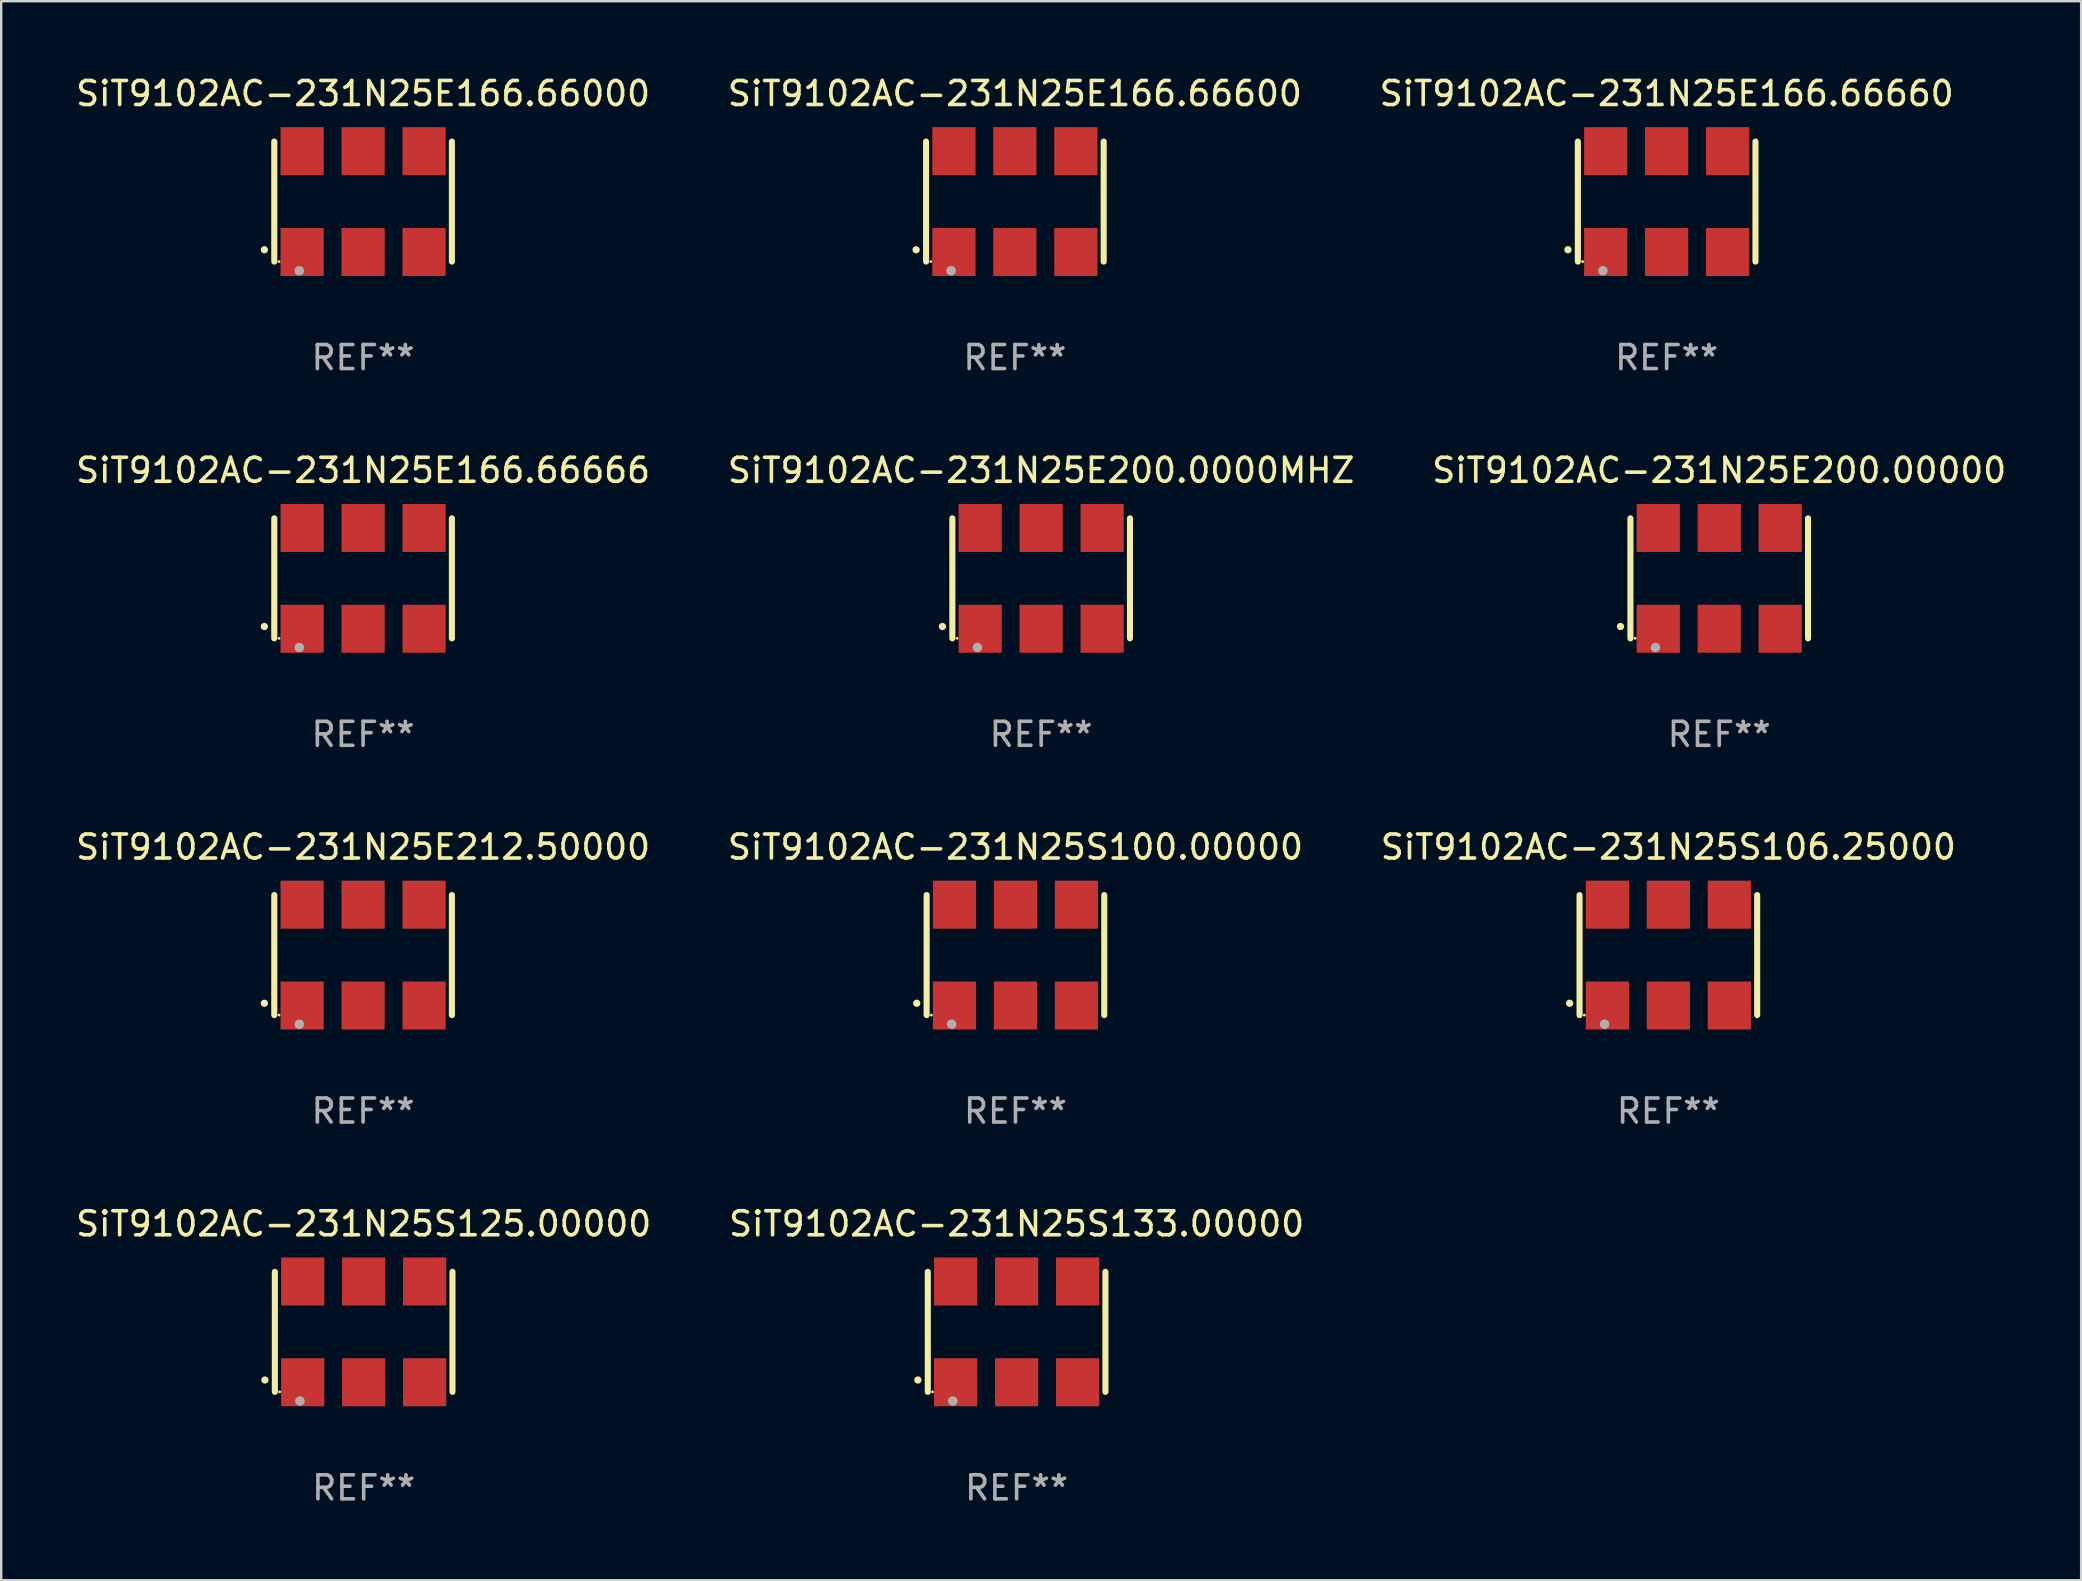
<source format=kicad_pcb>
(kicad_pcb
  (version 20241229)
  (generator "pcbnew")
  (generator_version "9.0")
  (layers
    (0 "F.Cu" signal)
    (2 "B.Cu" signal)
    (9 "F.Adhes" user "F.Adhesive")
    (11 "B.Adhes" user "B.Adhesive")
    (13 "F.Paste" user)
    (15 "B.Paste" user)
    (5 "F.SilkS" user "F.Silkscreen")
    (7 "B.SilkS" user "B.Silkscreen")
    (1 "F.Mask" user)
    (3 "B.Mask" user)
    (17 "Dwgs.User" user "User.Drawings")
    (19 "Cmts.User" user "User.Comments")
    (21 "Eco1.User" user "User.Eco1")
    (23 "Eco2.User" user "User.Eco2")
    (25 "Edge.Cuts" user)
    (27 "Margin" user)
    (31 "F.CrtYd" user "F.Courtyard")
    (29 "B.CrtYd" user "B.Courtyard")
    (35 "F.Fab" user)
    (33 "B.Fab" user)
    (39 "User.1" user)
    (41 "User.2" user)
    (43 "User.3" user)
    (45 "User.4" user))
  (footprint "SiT9102AC-231N25E212.50000"
    (layer "F.Cu")
    (at 12.077 36.741)
    (property "Reference" "SiT9102AC-231N25E212.50000" (at 0 -4.5 0) (layer "F.SilkS") (effects (font (size 1 1) (thickness 0.15))))
    (attr through_hole)
    (fp_line (start -3.7 -2.5) (end -3.7 2.5) (stroke (width 0.254) (type solid)) (layer "F.SilkS"))
    (fp_line (start 3.7 -2.5) (end 3.7 2.5) (stroke (width 0.254) (type solid)) (layer "F.SilkS"))
    (fp_arc (start -4.114415 2.006604) (mid -4.113145 2.006599) (end -4.111875 2.006604) (stroke (width 0.3) (type solid)) (layer "F.SilkS"))
    (fp_circle (center -3.502 2.5) (end -3.472 2.5) (stroke (width 0.06) (type solid)) (fill no) (layer "F.SilkS"))
    (fp_circle (center -2.657 2.882) (end -2.557 2.882) (stroke (width 0.2) (type solid)) (fill no) (layer "F.Fab"))
    (fp_text user "REF**" (at 0 6.5 0) (layer "F.Fab") (effects (font (size 1 1) (thickness 0.15))))
    (pad "1" smd rect (at -2.54 2.1) (size 1.8 2) (layers "F.Cu" "F.Mask" "F.Paste"))
    (pad "2" smd rect (at 0.000394 2.1) (size 1.8 2) (layers "F.Cu" "F.Mask" "F.Paste"))
    (pad "3" smd rect (at 2.54 2.1) (size 1.8 2) (layers "F.Cu" "F.Mask" "F.Paste"))
    (pad "4" smd rect (at 2.54 -2.1) (size 1.8 2) (layers "F.Cu" "F.Mask" "F.Paste"))
    (pad "5" smd rect (at 0.000394 -2.1) (size 1.8 2) (layers "F.Cu" "F.Mask" "F.Paste"))
    (pad "6" smd rect (at -2.54 -2.1) (size 1.8 2) (layers "F.Cu" "F.Mask" "F.Paste")))
  (footprint "SiT9102AC-231N25S125.00000"
    (layer "F.Cu")
    (at 12.101 52.438)
    (property "Reference" "SiT9102AC-231N25S125.00000" (at 0 -4.5 0) (layer "F.SilkS") (effects (font (size 1 1) (thickness 0.15))))
    (attr through_hole)
    (fp_line (start -3.7 -2.5) (end -3.7 2.5) (stroke (width 0.254) (type solid)) (layer "F.SilkS"))
    (fp_line (start 3.7 -2.5) (end 3.7 2.5) (stroke (width 0.254) (type solid)) (layer "F.SilkS"))
    (fp_arc (start -4.114415 2.006604) (mid -4.113145 2.006599) (end -4.111875 2.006604) (stroke (width 0.3) (type solid)) (layer "F.SilkS"))
    (fp_circle (center -3.502 2.5) (end -3.472 2.5) (stroke (width 0.06) (type solid)) (fill no) (layer "F.SilkS"))
    (fp_circle (center -2.657 2.882) (end -2.557 2.882) (stroke (width 0.2) (type solid)) (fill no) (layer "F.Fab"))
    (fp_text user "REF**" (at 0 6.5 0) (layer "F.Fab") (effects (font (size 1 1) (thickness 0.15))))
    (pad "1" smd rect (at -2.54 2.1) (size 1.8 2) (layers "F.Cu" "F.Mask" "F.Paste"))
    (pad "2" smd rect (at 0.000394 2.1) (size 1.8 2) (layers "F.Cu" "F.Mask" "F.Paste"))
    (pad "3" smd rect (at 2.54 2.1) (size 1.8 2) (layers "F.Cu" "F.Mask" "F.Paste"))
    (pad "4" smd rect (at 2.54 -2.1) (size 1.8 2) (layers "F.Cu" "F.Mask" "F.Paste"))
    (pad "5" smd rect (at 0.000394 -2.1) (size 1.8 2) (layers "F.Cu" "F.Mask" "F.Paste"))
    (pad "6" smd rect (at -2.54 -2.1) (size 1.8 2) (layers "F.Cu" "F.Mask" "F.Paste")))
  (footprint "SiT9102AC-231N25E166.66600"
    (layer "F.Cu")
    (at 39.232 5.348)
    (property "Reference" "SiT9102AC-231N25E166.66600" (at 0 -4.5 0) (layer "F.SilkS") (effects (font (size 1 1) (thickness 0.15))))
    (attr through_hole)
    (fp_line (start -3.7 -2.5) (end -3.7 2.5) (stroke (width 0.254) (type solid)) (layer "F.SilkS"))
    (fp_line (start 3.7 -2.5) (end 3.7 2.5) (stroke (width 0.254) (type solid)) (layer "F.SilkS"))
    (fp_arc (start -4.114415 2.006604) (mid -4.113145 2.006599) (end -4.111875 2.006604) (stroke (width 0.3) (type solid)) (layer "F.SilkS"))
    (fp_circle (center -3.502 2.5) (end -3.472 2.5) (stroke (width 0.06) (type solid)) (fill no) (layer "F.SilkS"))
    (fp_circle (center -2.657 2.882) (end -2.557 2.882) (stroke (width 0.2) (type solid)) (fill no) (layer "F.Fab"))
    (fp_text user "REF**" (at 0 6.5 0) (layer "F.Fab") (effects (font (size 1 1) (thickness 0.15))))
    (pad "1" smd rect (at -2.54 2.1) (size 1.8 2) (layers "F.Cu" "F.Mask" "F.Paste"))
    (pad "2" smd rect (at 0.000394 2.1) (size 1.8 2) (layers "F.Cu" "F.Mask" "F.Paste"))
    (pad "3" smd rect (at 2.54 2.1) (size 1.8 2) (layers "F.Cu" "F.Mask" "F.Paste"))
    (pad "4" smd rect (at 2.54 -2.1) (size 1.8 2) (layers "F.Cu" "F.Mask" "F.Paste"))
    (pad "5" smd rect (at 0.000394 -2.1) (size 1.8 2) (layers "F.Cu" "F.Mask" "F.Paste"))
    (pad "6" smd rect (at -2.54 -2.1) (size 1.8 2) (layers "F.Cu" "F.Mask" "F.Paste")))
  (footprint "SiT9102AC-231N25E200.0000MHZ"
    (layer "F.Cu")
    (at 40.327 21.045)
    (property "Reference" "SiT9102AC-231N25E200.0000MHZ" (at 0 -4.5 0) (layer "F.SilkS") (effects (font (size 1 1) (thickness 0.15))))
    (attr through_hole)
    (fp_line (start -3.7 -2.5) (end -3.7 2.5) (stroke (width 0.254) (type solid)) (layer "F.SilkS"))
    (fp_line (start 3.7 -2.5) (end 3.7 2.5) (stroke (width 0.254) (type solid)) (layer "F.SilkS"))
    (fp_arc (start -4.114415 2.006604) (mid -4.113145 2.006599) (end -4.111875 2.006604) (stroke (width 0.3) (type solid)) (layer "F.SilkS"))
    (fp_circle (center -3.502 2.5) (end -3.472 2.5) (stroke (width 0.06) (type solid)) (fill no) (layer "F.SilkS"))
    (fp_circle (center -2.657 2.882) (end -2.557 2.882) (stroke (width 0.2) (type solid)) (fill no) (layer "F.Fab"))
    (fp_text user "REF**" (at 0 6.5 0) (layer "F.Fab") (effects (font (size 1 1) (thickness 0.15))))
    (pad "1" smd rect (at -2.54 2.1) (size 1.8 2) (layers "F.Cu" "F.Mask" "F.Paste"))
    (pad "2" smd rect (at 0.000394 2.1) (size 1.8 2) (layers "F.Cu" "F.Mask" "F.Paste"))
    (pad "3" smd rect (at 2.54 2.1) (size 1.8 2) (layers "F.Cu" "F.Mask" "F.Paste"))
    (pad "4" smd rect (at 2.54 -2.1) (size 1.8 2) (layers "F.Cu" "F.Mask" "F.Paste"))
    (pad "5" smd rect (at 0.000394 -2.1) (size 1.8 2) (layers "F.Cu" "F.Mask" "F.Paste"))
    (pad "6" smd rect (at -2.54 -2.1) (size 1.8 2) (layers "F.Cu" "F.Mask" "F.Paste")))
  (footprint "SiT9102AC-231N25S133.00000"
    (layer "F.Cu")
    (at 39.304 52.438)
    (property "Reference" "SiT9102AC-231N25S133.00000" (at 0 -4.5 0) (layer "F.SilkS") (effects (font (size 1 1) (thickness 0.15))))
    (attr through_hole)
    (fp_line (start -3.7 -2.5) (end -3.7 2.5) (stroke (width 0.254) (type solid)) (layer "F.SilkS"))
    (fp_line (start 3.7 -2.5) (end 3.7 2.5) (stroke (width 0.254) (type solid)) (layer "F.SilkS"))
    (fp_arc (start -4.114415 2.006604) (mid -4.113145 2.006599) (end -4.111875 2.006604) (stroke (width 0.3) (type solid)) (layer "F.SilkS"))
    (fp_circle (center -3.502 2.5) (end -3.472 2.5) (stroke (width 0.06) (type solid)) (fill no) (layer "F.SilkS"))
    (fp_circle (center -2.657 2.882) (end -2.557 2.882) (stroke (width 0.2) (type solid)) (fill no) (layer "F.Fab"))
    (fp_text user "REF**" (at 0 6.5 0) (layer "F.Fab") (effects (font (size 1 1) (thickness 0.15))))
    (pad "1" smd rect (at -2.54 2.1) (size 1.8 2) (layers "F.Cu" "F.Mask" "F.Paste"))
    (pad "2" smd rect (at 0.000394 2.1) (size 1.8 2) (layers "F.Cu" "F.Mask" "F.Paste"))
    (pad "3" smd rect (at 2.54 2.1) (size 1.8 2) (layers "F.Cu" "F.Mask" "F.Paste"))
    (pad "4" smd rect (at 2.54 -2.1) (size 1.8 2) (layers "F.Cu" "F.Mask" "F.Paste"))
    (pad "5" smd rect (at 0.000394 -2.1) (size 1.8 2) (layers "F.Cu" "F.Mask" "F.Paste"))
    (pad "6" smd rect (at -2.54 -2.1) (size 1.8 2) (layers "F.Cu" "F.Mask" "F.Paste")))
  (footprint "SiT9102AC-231N25E166.66666"
    (layer "F.Cu")
    (at 12.077 21.045)
    (property "Reference" "SiT9102AC-231N25E166.66666" (at 0 -4.5 0) (layer "F.SilkS") (effects (font (size 1 1) (thickness 0.15))))
    (attr through_hole)
    (fp_line (start -3.7 -2.5) (end -3.7 2.5) (stroke (width 0.254) (type solid)) (layer "F.SilkS"))
    (fp_line (start 3.7 -2.5) (end 3.7 2.5) (stroke (width 0.254) (type solid)) (layer "F.SilkS"))
    (fp_arc (start -4.114415 2.006604) (mid -4.113145 2.006599) (end -4.111875 2.006604) (stroke (width 0.3) (type solid)) (layer "F.SilkS"))
    (fp_circle (center -3.502 2.5) (end -3.472 2.5) (stroke (width 0.06) (type solid)) (fill no) (layer "F.SilkS"))
    (fp_circle (center -2.657 2.882) (end -2.557 2.882) (stroke (width 0.2) (type solid)) (fill no) (layer "F.Fab"))
    (fp_text user "REF**" (at 0 6.5 0) (layer "F.Fab") (effects (font (size 1 1) (thickness 0.15))))
    (pad "1" smd rect (at -2.54 2.1) (size 1.8 2) (layers "F.Cu" "F.Mask" "F.Paste"))
    (pad "2" smd rect (at 0.000394 2.1) (size 1.8 2) (layers "F.Cu" "F.Mask" "F.Paste"))
    (pad "3" smd rect (at 2.54 2.1) (size 1.8 2) (layers "F.Cu" "F.Mask" "F.Paste"))
    (pad "4" smd rect (at 2.54 -2.1) (size 1.8 2) (layers "F.Cu" "F.Mask" "F.Paste"))
    (pad "5" smd rect (at 0.000394 -2.1) (size 1.8 2) (layers "F.Cu" "F.Mask" "F.Paste"))
    (pad "6" smd rect (at -2.54 -2.1) (size 1.8 2) (layers "F.Cu" "F.Mask" "F.Paste")))
  (footprint "SiT9102AC-231N25S100.00000"
    (layer "F.Cu")
    (at 39.256 36.741)
    (property "Reference" "SiT9102AC-231N25S100.00000" (at 0 -4.5 0) (layer "F.SilkS") (effects (font (size 1 1) (thickness 0.15))))
    (attr through_hole)
    (fp_line (start -3.7 -2.5) (end -3.7 2.5) (stroke (width 0.254) (type solid)) (layer "F.SilkS"))
    (fp_line (start 3.7 -2.5) (end 3.7 2.5) (stroke (width 0.254) (type solid)) (layer "F.SilkS"))
    (fp_arc (start -4.114415 2.006604) (mid -4.113145 2.006599) (end -4.111875 2.006604) (stroke (width 0.3) (type solid)) (layer "F.SilkS"))
    (fp_circle (center -3.502 2.5) (end -3.472 2.5) (stroke (width 0.06) (type solid)) (fill no) (layer "F.SilkS"))
    (fp_circle (center -2.657 2.882) (end -2.557 2.882) (stroke (width 0.2) (type solid)) (fill no) (layer "F.Fab"))
    (fp_text user "REF**" (at 0 6.5 0) (layer "F.Fab") (effects (font (size 1 1) (thickness 0.15))))
    (pad "1" smd rect (at -2.54 2.1) (size 1.8 2) (layers "F.Cu" "F.Mask" "F.Paste"))
    (pad "2" smd rect (at 0.000394 2.1) (size 1.8 2) (layers "F.Cu" "F.Mask" "F.Paste"))
    (pad "3" smd rect (at 2.54 2.1) (size 1.8 2) (layers "F.Cu" "F.Mask" "F.Paste"))
    (pad "4" smd rect (at 2.54 -2.1) (size 1.8 2) (layers "F.Cu" "F.Mask" "F.Paste"))
    (pad "5" smd rect (at 0.000394 -2.1) (size 1.8 2) (layers "F.Cu" "F.Mask" "F.Paste"))
    (pad "6" smd rect (at -2.54 -2.1) (size 1.8 2) (layers "F.Cu" "F.Mask" "F.Paste")))
  (footprint "SiT9102AC-231N25E200.00000"
    (layer "F.Cu")
    (at 68.577 21.045)
    (property "Reference" "SiT9102AC-231N25E200.00000" (at 0 -4.5 0) (layer "F.SilkS") (effects (font (size 1 1) (thickness 0.15))))
    (attr through_hole)
    (fp_line (start -3.7 -2.5) (end -3.7 2.5) (stroke (width 0.254) (type solid)) (layer "F.SilkS"))
    (fp_line (start 3.7 -2.5) (end 3.7 2.5) (stroke (width 0.254) (type solid)) (layer "F.SilkS"))
    (fp_arc (start -4.114415 2.006604) (mid -4.113145 2.006599) (end -4.111875 2.006604) (stroke (width 0.3) (type solid)) (layer "F.SilkS"))
    (fp_circle (center -3.502 2.5) (end -3.472 2.5) (stroke (width 0.06) (type solid)) (fill no) (layer "F.SilkS"))
    (fp_circle (center -2.657 2.882) (end -2.557 2.882) (stroke (width 0.2) (type solid)) (fill no) (layer "F.Fab"))
    (fp_text user "REF**" (at 0 6.5 0) (layer "F.Fab") (effects (font (size 1 1) (thickness 0.15))))
    (pad "1" smd rect (at -2.54 2.1) (size 1.8 2) (layers "F.Cu" "F.Mask" "F.Paste"))
    (pad "2" smd rect (at 0.000394 2.1) (size 1.8 2) (layers "F.Cu" "F.Mask" "F.Paste"))
    (pad "3" smd rect (at 2.54 2.1) (size 1.8 2) (layers "F.Cu" "F.Mask" "F.Paste"))
    (pad "4" smd rect (at 2.54 -2.1) (size 1.8 2) (layers "F.Cu" "F.Mask" "F.Paste"))
    (pad "5" smd rect (at 0.000394 -2.1) (size 1.8 2) (layers "F.Cu" "F.Mask" "F.Paste"))
    (pad "6" smd rect (at -2.54 -2.1) (size 1.8 2) (layers "F.Cu" "F.Mask" "F.Paste")))
  (footprint "SiT9102AC-231N25E166.66660"
    (layer "F.Cu")
    (at 66.387 5.348)
    (property "Reference" "SiT9102AC-231N25E166.66660" (at 0 -4.5 0) (layer "F.SilkS") (effects (font (size 1 1) (thickness 0.15))))
    (attr through_hole)
    (fp_line (start -3.7 -2.5) (end -3.7 2.5) (stroke (width 0.254) (type solid)) (layer "F.SilkS"))
    (fp_line (start 3.7 -2.5) (end 3.7 2.5) (stroke (width 0.254) (type solid)) (layer "F.SilkS"))
    (fp_arc (start -4.114415 2.006604) (mid -4.113145 2.006599) (end -4.111875 2.006604) (stroke (width 0.3) (type solid)) (layer "F.SilkS"))
    (fp_circle (center -3.502 2.5) (end -3.472 2.5) (stroke (width 0.06) (type solid)) (fill no) (layer "F.SilkS"))
    (fp_circle (center -2.657 2.882) (end -2.557 2.882) (stroke (width 0.2) (type solid)) (fill no) (layer "F.Fab"))
    (fp_text user "REF**" (at 0 6.5 0) (layer "F.Fab") (effects (font (size 1 1) (thickness 0.15))))
    (pad "1" smd rect (at -2.54 2.1) (size 1.8 2) (layers "F.Cu" "F.Mask" "F.Paste"))
    (pad "2" smd rect (at 0.000394 2.1) (size 1.8 2) (layers "F.Cu" "F.Mask" "F.Paste"))
    (pad "3" smd rect (at 2.54 2.1) (size 1.8 2) (layers "F.Cu" "F.Mask" "F.Paste"))
    (pad "4" smd rect (at 2.54 -2.1) (size 1.8 2) (layers "F.Cu" "F.Mask" "F.Paste"))
    (pad "5" smd rect (at 0.000394 -2.1) (size 1.8 2) (layers "F.Cu" "F.Mask" "F.Paste"))
    (pad "6" smd rect (at -2.54 -2.1) (size 1.8 2) (layers "F.Cu" "F.Mask" "F.Paste")))
  (footprint "SiT9102AC-231N25E166.66000"
    (layer "F.Cu")
    (at 12.077 5.348)
    (property "Reference" "SiT9102AC-231N25E166.66000" (at 0 -4.5 0) (layer "F.SilkS") (effects (font (size 1 1) (thickness 0.15))))
    (attr through_hole)
    (fp_line (start -3.7 -2.5) (end -3.7 2.5) (stroke (width 0.254) (type solid)) (layer "F.SilkS"))
    (fp_line (start 3.7 -2.5) (end 3.7 2.5) (stroke (width 0.254) (type solid)) (layer "F.SilkS"))
    (fp_arc (start -4.114415 2.006604) (mid -4.113145 2.006599) (end -4.111875 2.006604) (stroke (width 0.3) (type solid)) (layer "F.SilkS"))
    (fp_circle (center -3.502 2.5) (end -3.472 2.5) (stroke (width 0.06) (type solid)) (fill no) (layer "F.SilkS"))
    (fp_circle (center -2.657 2.882) (end -2.557 2.882) (stroke (width 0.2) (type solid)) (fill no) (layer "F.Fab"))
    (fp_text user "REF**" (at 0 6.5 0) (layer "F.Fab") (effects (font (size 1 1) (thickness 0.15))))
    (pad "1" smd rect (at -2.54 2.1) (size 1.8 2) (layers "F.Cu" "F.Mask" "F.Paste"))
    (pad "2" smd rect (at 0.000394 2.1) (size 1.8 2) (layers "F.Cu" "F.Mask" "F.Paste"))
    (pad "3" smd rect (at 2.54 2.1) (size 1.8 2) (layers "F.Cu" "F.Mask" "F.Paste"))
    (pad "4" smd rect (at 2.54 -2.1) (size 1.8 2) (layers "F.Cu" "F.Mask" "F.Paste"))
    (pad "5" smd rect (at 0.000394 -2.1) (size 1.8 2) (layers "F.Cu" "F.Mask" "F.Paste"))
    (pad "6" smd rect (at -2.54 -2.1) (size 1.8 2) (layers "F.Cu" "F.Mask" "F.Paste")))
  (footprint "SiT9102AC-231N25S106.25000"
    (layer "F.Cu")
    (at 66.458 36.741)
    (property "Reference" "SiT9102AC-231N25S106.25000" (at 0 -4.5 0) (layer "F.SilkS") (effects (font (size 1 1) (thickness 0.15))))
    (attr through_hole)
    (fp_line (start -3.7 -2.5) (end -3.7 2.5) (stroke (width 0.254) (type solid)) (layer "F.SilkS"))
    (fp_line (start 3.7 -2.5) (end 3.7 2.5) (stroke (width 0.254) (type solid)) (layer "F.SilkS"))
    (fp_arc (start -4.114415 2.006604) (mid -4.113145 2.006599) (end -4.111875 2.006604) (stroke (width 0.3) (type solid)) (layer "F.SilkS"))
    (fp_circle (center -3.502 2.5) (end -3.472 2.5) (stroke (width 0.06) (type solid)) (fill no) (layer "F.SilkS"))
    (fp_circle (center -2.657 2.882) (end -2.557 2.882) (stroke (width 0.2) (type solid)) (fill no) (layer "F.Fab"))
    (fp_text user "REF**" (at 0 6.5 0) (layer "F.Fab") (effects (font (size 1 1) (thickness 0.15))))
    (pad "1" smd rect (at -2.54 2.1) (size 1.8 2) (layers "F.Cu" "F.Mask" "F.Paste"))
    (pad "2" smd rect (at 0.000394 2.1) (size 1.8 2) (layers "F.Cu" "F.Mask" "F.Paste"))
    (pad "3" smd rect (at 2.54 2.1) (size 1.8 2) (layers "F.Cu" "F.Mask" "F.Paste"))
    (pad "4" smd rect (at 2.54 -2.1) (size 1.8 2) (layers "F.Cu" "F.Mask" "F.Paste"))
    (pad "5" smd rect (at 0.000394 -2.1) (size 1.8 2) (layers "F.Cu" "F.Mask" "F.Paste"))
    (pad "6" smd rect (at -2.54 -2.1) (size 1.8 2) (layers "F.Cu" "F.Mask" "F.Paste")))
  (gr_rect
    (start -3 -3)
    (end 83.655 62.786)
    (stroke (width 0.1) (type default))
    (fill no)
    (layer "Edge.Cuts")))
</source>
